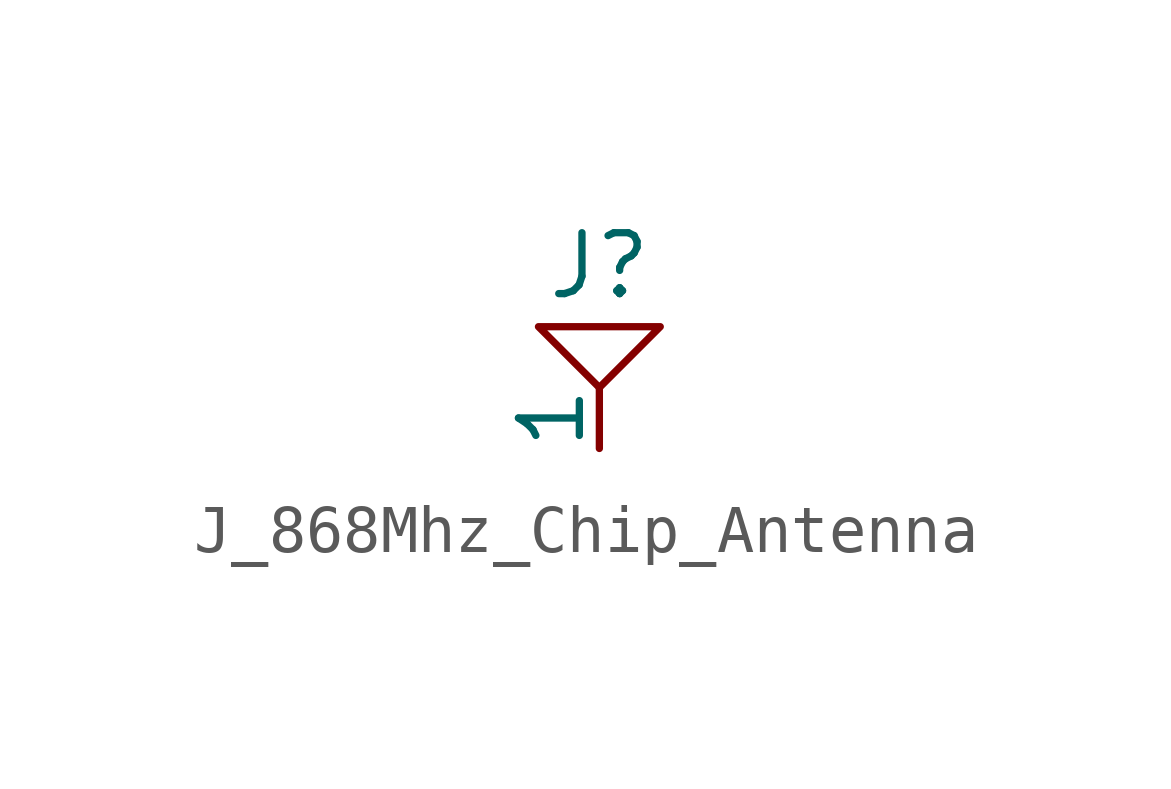
<source format=kicad_sym>
(kicad_symbol_lib
  (version 20220914)
  (generator kicad_symbol_editor)
  (symbol "J_868Mhz_Chip_Antenna"
    (pin_numbers hide)
    (pin_names
      (offset 0))
    (property "Reference" "J"
      (at 0 2.54 0)
      (effects (font (size 1.27 1.27))))
    (symbol "J_868Mhz_Chip_Antenna_0_1"
      (polyline (pts (xy 0 0) (xy 1.27 1.27) (xy -1.27 1.27) (xy 0 0)) (stroke (width 0) (type solid)) (fill (type none))))
    (symbol "J_868Mhz_Chip_Antenna_1_1"
      (pin input line (at 0 -1.27 90) (length 1.27) (name "1" (effects (font (size 1.27 1.27)))) (number "~" (effects (font (size 1.27 1.27))))))))
</source>
